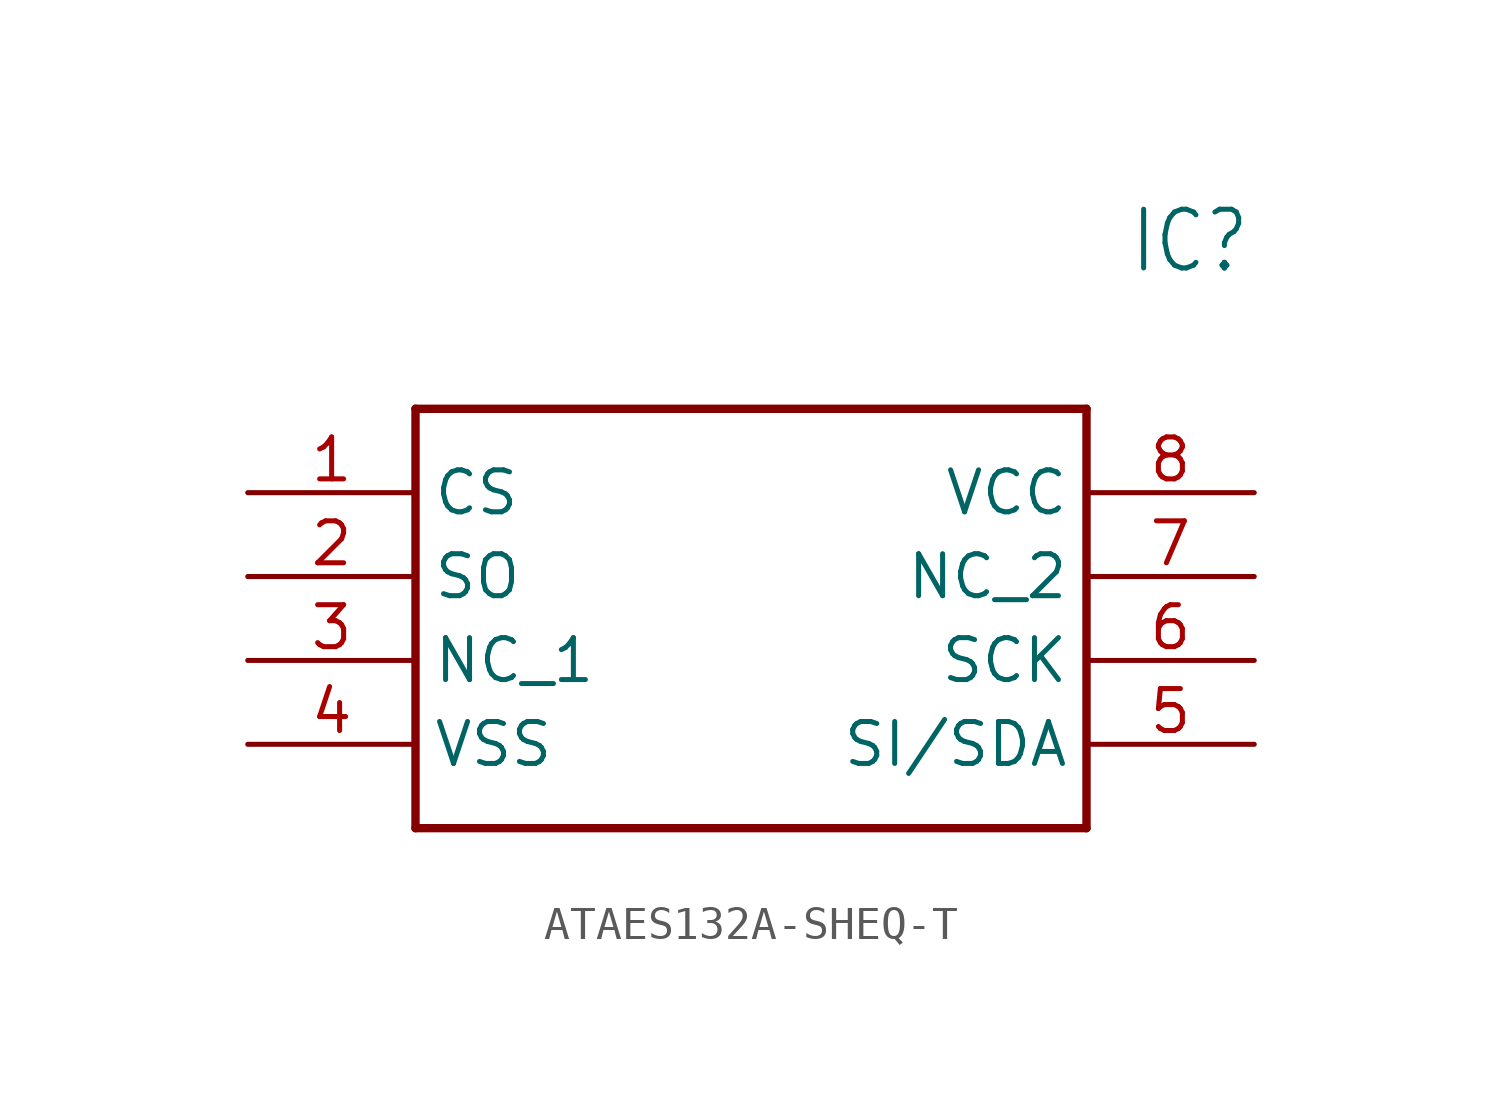
<source format=kicad_sym>
(kicad_symbol_lib
  (version 20231120)
  (generator "kicad_symbol_editor")
  (generator_version "8.0")
  (symbol "ATAES132A-SHEQ-T"
    (property "Reference" "IC"
      (at 26.67 7.62 0)
      (effects (font (size 1.778 1.511)) (justify left)))
    (property "Value" ""
      (at 26.67 5.08 0)
      (effects (font (size 1.778 1.511)) (justify left)))
    (property "ki_locked" ""
      (at 0 0 0)
      (effects (font (size 1.27 1.27))))
    (symbol "ATAES132A-SHEQ-T_1_0"
      (polyline (pts (xy 5.08 2.54) (xy 5.08 -10.16)) (stroke (width 0.254) (type solid)) (fill (type none)))
      (polyline (pts (xy 5.08 2.54) (xy 25.4 2.54)) (stroke (width 0.254) (type solid)) (fill (type none)))
      (polyline (pts (xy 25.4 -10.16) (xy 5.08 -10.16)) (stroke (width 0.254) (type solid)) (fill (type none)))
      (polyline (pts (xy 25.4 -10.16) (xy 25.4 2.54)) (stroke (width 0.254) (type solid)) (fill (type none)))
      (pin bidirectional line (at 0 0 0) (length 5.08) (name "CS" (effects (font (size 1.27 1.27)))) (number "1" (effects (font (size 1.27 1.27)))))
      (pin bidirectional line (at 0 -2.54 0) (length 5.08) (name "SO" (effects (font (size 1.27 1.27)))) (number "2" (effects (font (size 1.27 1.27)))))
      (pin bidirectional line (at 0 -5.08 0) (length 5.08) (name "NC_1" (effects (font (size 1.27 1.27)))) (number "3" (effects (font (size 1.27 1.27)))))
      (pin bidirectional line (at 0 -7.62 0) (length 5.08) (name "VSS" (effects (font (size 1.27 1.27)))) (number "4" (effects (font (size 1.27 1.27)))))
      (pin bidirectional line (at 30.48 -7.62 180) (length 5.08) (name "SI/SDA" (effects (font (size 1.27 1.27)))) (number "5" (effects (font (size 1.27 1.27)))))
      (pin bidirectional line (at 30.48 -5.08 180) (length 5.08) (name "SCK" (effects (font (size 1.27 1.27)))) (number "6" (effects (font (size 1.27 1.27)))))
      (pin bidirectional line (at 30.48 -2.54 180) (length 5.08) (name "NC_2" (effects (font (size 1.27 1.27)))) (number "7" (effects (font (size 1.27 1.27)))))
      (pin bidirectional line (at 30.48 0 180) (length 5.08) (name "VCC" (effects (font (size 1.27 1.27)))) (number "8" (effects (font (size 1.27 1.27))))))))
</source>
